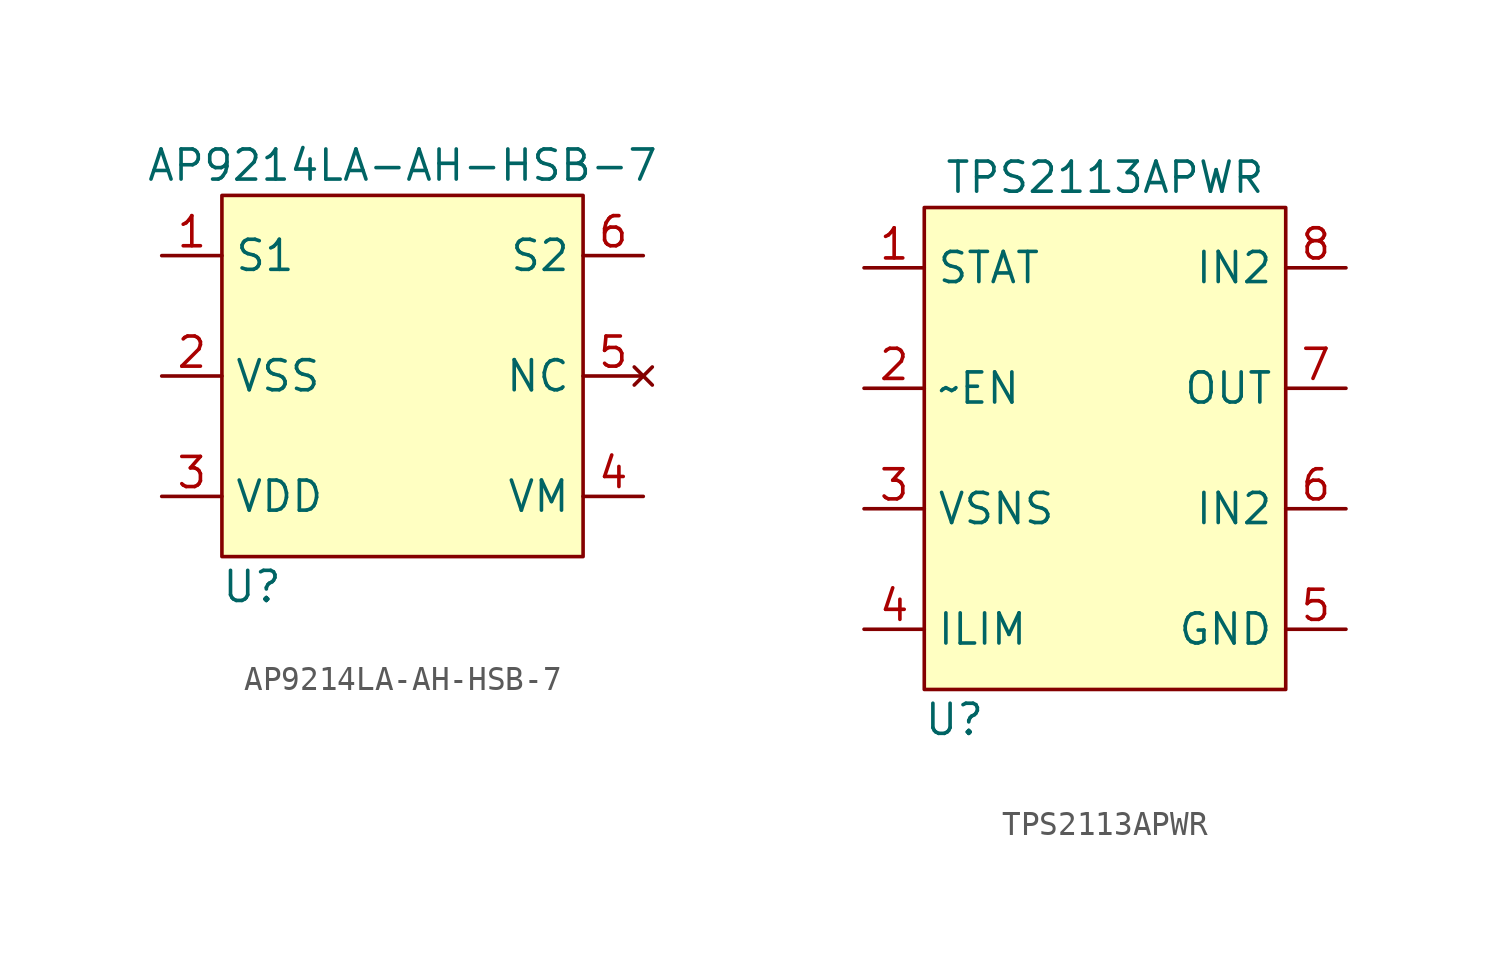
<source format=kicad_sym>
(kicad_symbol_lib
  (version 20211014)
  (generator kicad_symbol_editor)
  (symbol "AP9214LA-AH-HSB-7"
    (property "Reference" "U"
      (at -6.35 -8.89 0)
      (effects (font (size 1.27 1.27))))
    (property "Value" "AP9214LA-AH-HSB-7"
      (at 0 8.89 0)
      (effects (font (size 1.27 1.27))))
    (symbol "AP9214LA-AH-HSB-7_0_1"
      (rectangle (start -7.62 7.62) (end 7.62 -7.62) (stroke (width 0.152) (type default) (color 0 0 0 0)) (fill (type background))))
    (symbol "AP9214LA-AH-HSB-7_1_1"
      (pin input line (at -10.16 5.08 0) (length 2.54) (name "S1" (effects (font (size 1.27 1.27)))) (number "1" (effects (font (size 1.27 1.27)))))
      (pin power_in line (at -10.16 0 0) (length 2.54) (name "VSS" (effects (font (size 1.27 1.27)))) (number "2" (effects (font (size 1.27 1.27)))))
      (pin power_in line (at -10.16 -5.08 0) (length 2.54) (name "VDD" (effects (font (size 1.27 1.27)))) (number "3" (effects (font (size 1.27 1.27)))))
      (pin input line (at 10.16 -5.08 180) (length 2.54) (name "VM" (effects (font (size 1.27 1.27)))) (number "4" (effects (font (size 1.27 1.27)))))
      (pin no_connect line (at 10.16 0 180) (length 2.54) (name "NC" (effects (font (size 1.27 1.27)))) (number "5" (effects (font (size 1.27 1.27)))))
      (pin input line (at 10.16 5.08 180) (length 2.54) (name "S2" (effects (font (size 1.27 1.27)))) (number "6" (effects (font (size 1.27 1.27)))))))
  (symbol "TPS2113APWR"
    (property "Reference" "U"
      (at -6.35 -13.97 0)
      (effects (font (size 1.27 1.27))))
    (property "Value" "TPS2113APWR"
      (at 0 8.89 0)
      (effects (font (size 1.27 1.27))))
    (symbol "TPS2113APWR_0_1"
      (rectangle (start -7.62 7.62) (end 7.62 -12.7) (stroke (width 0) (type default) (color 0 0 0 0)) (fill (type background))))
    (symbol "TPS2113APWR_1_1"
      (pin output line (at -10.16 5.08 0) (length 2.54) (name "STAT" (effects (font (size 1.27 1.27)))) (number "1" (effects (font (size 1.27 1.27)))))
      (pin input line (at -10.16 0 0) (length 2.54) (name "~EN" (effects (font (size 1.27 1.27)))) (number "2" (effects (font (size 1.27 1.27)))))
      (pin input line (at -10.16 -5.08 0) (length 2.54) (name "VSNS" (effects (font (size 1.27 1.27)))) (number "3" (effects (font (size 1.27 1.27)))))
      (pin input line (at -10.16 -10.16 0) (length 2.54) (name "ILIM" (effects (font (size 1.27 1.27)))) (number "4" (effects (font (size 1.27 1.27)))))
      (pin input line (at 10.16 -10.16 180) (length 2.54) (name "GND" (effects (font (size 1.27 1.27)))) (number "5" (effects (font (size 1.27 1.27)))))
      (pin input line (at 10.16 -5.08 180) (length 2.54) (name "IN2" (effects (font (size 1.27 1.27)))) (number "6" (effects (font (size 1.27 1.27)))))
      (pin input line (at 10.16 0 180) (length 2.54) (name "OUT" (effects (font (size 1.27 1.27)))) (number "7" (effects (font (size 1.27 1.27)))))
      (pin input line (at 10.16 5.08 180) (length 2.54) (name "IN2" (effects (font (size 1.27 1.27)))) (number "8" (effects (font (size 1.27 1.27))))))))
</source>
